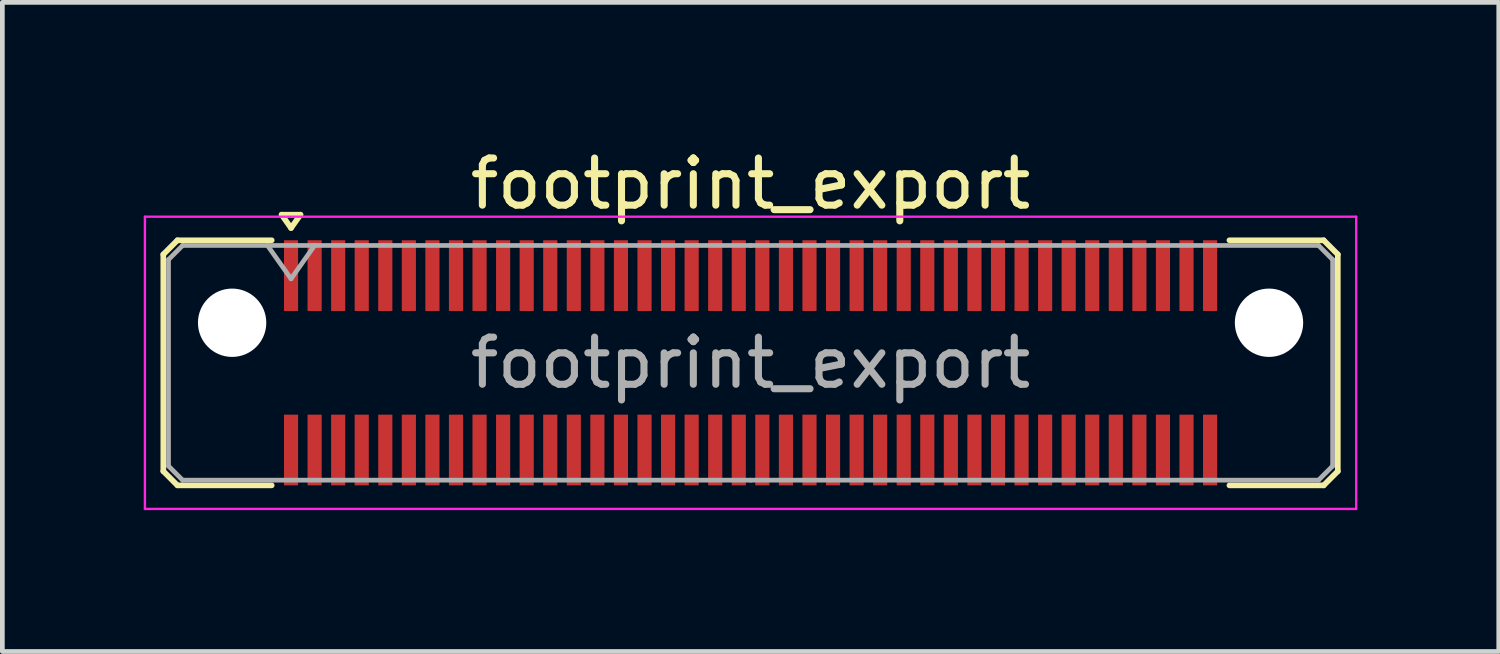
<source format=kicad_pcb>
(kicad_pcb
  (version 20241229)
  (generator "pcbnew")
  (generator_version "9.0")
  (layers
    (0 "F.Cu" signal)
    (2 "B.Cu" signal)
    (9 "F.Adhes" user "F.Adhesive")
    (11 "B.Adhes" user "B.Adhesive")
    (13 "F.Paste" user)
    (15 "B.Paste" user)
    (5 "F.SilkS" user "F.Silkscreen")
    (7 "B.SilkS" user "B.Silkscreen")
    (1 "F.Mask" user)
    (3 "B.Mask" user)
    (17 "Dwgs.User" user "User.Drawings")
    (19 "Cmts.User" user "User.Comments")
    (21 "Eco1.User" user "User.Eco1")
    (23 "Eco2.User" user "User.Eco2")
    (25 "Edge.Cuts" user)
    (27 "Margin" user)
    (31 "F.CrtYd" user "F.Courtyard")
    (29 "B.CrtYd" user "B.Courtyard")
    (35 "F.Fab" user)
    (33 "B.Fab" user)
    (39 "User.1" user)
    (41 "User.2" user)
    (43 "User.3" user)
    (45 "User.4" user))
  (footprint "footprint_export"
    (layer "F.Cu")
    (at 12.875 4.648)
    (property "Reference" "footprint_export" (at 0 -3.8 0) (layer "F.SilkS") (effects (font (size 1 1) (thickness 0.15))))
    (attr smd)
    (fp_line (start -12.46 -2.3) (end -12.46 2.3) (stroke (width 0.12) (type solid)) (layer "F.SilkS"))
    (fp_line (start -12.46 2.3) (end -12.16 2.6) (stroke (width 0.12) (type solid)) (layer "F.SilkS"))
    (fp_line (start -12.16 -2.6) (end -12.46 -2.3) (stroke (width 0.12) (type solid)) (layer "F.SilkS"))
    (fp_line (start -12.16 2.6) (end -10.16 2.6) (stroke (width 0.12) (type solid)) (layer "F.SilkS"))
    (fp_line (start -10.16 -2.6) (end -12.16 -2.6) (stroke (width 0.12) (type solid)) (layer "F.SilkS"))
    (fp_line (start -9.95 -3.143) (end -9.55 -3.143) (stroke (width 0.12) (type solid)) (layer "F.SilkS"))
    (fp_line (start -9.75 -2.86) (end -9.95 -3.143) (stroke (width 0.12) (type solid)) (layer "F.SilkS"))
    (fp_line (start -9.55 -3.143) (end -9.75 -2.86) (stroke (width 0.12) (type solid)) (layer "F.SilkS"))
    (fp_line (start 10.16 -2.6) (end 12.16 -2.6) (stroke (width 0.12) (type solid)) (layer "F.SilkS"))
    (fp_line (start 12.16 -2.6) (end 12.46 -2.3) (stroke (width 0.12) (type solid)) (layer "F.SilkS"))
    (fp_line (start 12.16 2.6) (end 10.16 2.6) (stroke (width 0.12) (type solid)) (layer "F.SilkS"))
    (fp_line (start 12.46 -2.3) (end 12.46 2.3) (stroke (width 0.12) (type solid)) (layer "F.SilkS"))
    (fp_line (start 12.46 2.3) (end 12.16 2.6) (stroke (width 0.12) (type solid)) (layer "F.SilkS"))
    (fp_line (start -12.85 -3.1) (end -12.85 3.1) (stroke (width 0.05) (type solid)) (layer "F.CrtYd"))
    (fp_line (start -12.85 3.1) (end 12.85 3.1) (stroke (width 0.05) (type solid)) (layer "F.CrtYd"))
    (fp_line (start 12.85 -3.1) (end -12.85 -3.1) (stroke (width 0.05) (type solid)) (layer "F.CrtYd"))
    (fp_line (start 12.85 3.1) (end 12.85 -3.1) (stroke (width 0.05) (type solid)) (layer "F.CrtYd"))
    (fp_line (start -12.35 -2.19) (end -12.35 2.19) (stroke (width 0.1) (type solid)) (layer "F.Fab"))
    (fp_line (start -12.35 2.19) (end -12.05 2.49) (stroke (width 0.1) (type solid)) (layer "F.Fab"))
    (fp_line (start -12.05 -2.49) (end -12.35 -2.19) (stroke (width 0.1) (type solid)) (layer "F.Fab"))
    (fp_line (start -12.05 2.49) (end 0 2.49) (stroke (width 0.1) (type solid)) (layer "F.Fab"))
    (fp_line (start -10.25 -2.49) (end -9.75 -1.783) (stroke (width 0.1) (type solid)) (layer "F.Fab"))
    (fp_line (start -9.75 -1.783) (end -9.25 -2.49) (stroke (width 0.1) (type solid)) (layer "F.Fab"))
    (fp_line (start 0 -2.49) (end -12.05 -2.49) (stroke (width 0.1) (type solid)) (layer "F.Fab"))
    (fp_line (start 0 -2.49) (end 12.05 -2.49) (stroke (width 0.1) (type solid)) (layer "F.Fab"))
    (fp_line (start 12.05 -2.49) (end 12.35 -2.19) (stroke (width 0.1) (type solid)) (layer "F.Fab"))
    (fp_line (start 12.05 2.49) (end 0 2.49) (stroke (width 0.1) (type solid)) (layer "F.Fab"))
    (fp_line (start 12.35 -2.19) (end 12.35 2.19) (stroke (width 0.1) (type solid)) (layer "F.Fab"))
    (fp_line (start 12.35 2.19) (end 12.05 2.49) (stroke (width 0.1) (type solid)) (layer "F.Fab"))
    (fp_text user "${REFERENCE}" (at 0 0 0) (layer "F.Fab") (effects (font (size 1 1) (thickness 0.15))))
    (pad "" np_thru_hole circle (at -11 -0.85) (size 1.45 1.45) (drill 1.45) (layers "*.Cu" "*.Mask"))
    (pad "" np_thru_hole circle (at 11 -0.85) (size 1.45 1.45) (drill 1.45) (layers "*.Cu" "*.Mask"))
    (pad "1" smd rect (at -9.75 -1.85) (size 0.3 1.5) (layers "F.Cu" "F.Mask" "F.Paste"))
    (pad "2" smd rect (at -9.75 1.85) (size 0.3 1.5) (layers "F.Cu" "F.Mask" "F.Paste"))
    (pad "3" smd rect (at -9.25 -1.85) (size 0.3 1.5) (layers "F.Cu" "F.Mask" "F.Paste"))
    (pad "4" smd rect (at -9.25 1.85) (size 0.3 1.5) (layers "F.Cu" "F.Mask" "F.Paste"))
    (pad "5" smd rect (at -8.75 -1.85) (size 0.3 1.5) (layers "F.Cu" "F.Mask" "F.Paste"))
    (pad "6" smd rect (at -8.75 1.85) (size 0.3 1.5) (layers "F.Cu" "F.Mask" "F.Paste"))
    (pad "7" smd rect (at -8.25 -1.85) (size 0.3 1.5) (layers "F.Cu" "F.Mask" "F.Paste"))
    (pad "8" smd rect (at -8.25 1.85) (size 0.3 1.5) (layers "F.Cu" "F.Mask" "F.Paste"))
    (pad "9" smd rect (at -7.75 -1.85) (size 0.3 1.5) (layers "F.Cu" "F.Mask" "F.Paste"))
    (pad "10" smd rect (at -7.75 1.85) (size 0.3 1.5) (layers "F.Cu" "F.Mask" "F.Paste"))
    (pad "11" smd rect (at -7.25 -1.85) (size 0.3 1.5) (layers "F.Cu" "F.Mask" "F.Paste"))
    (pad "12" smd rect (at -7.25 1.85) (size 0.3 1.5) (layers "F.Cu" "F.Mask" "F.Paste"))
    (pad "13" smd rect (at -6.75 -1.85) (size 0.3 1.5) (layers "F.Cu" "F.Mask" "F.Paste"))
    (pad "14" smd rect (at -6.75 1.85) (size 0.3 1.5) (layers "F.Cu" "F.Mask" "F.Paste"))
    (pad "15" smd rect (at -6.25 -1.85) (size 0.3 1.5) (layers "F.Cu" "F.Mask" "F.Paste"))
    (pad "16" smd rect (at -6.25 1.85) (size 0.3 1.5) (layers "F.Cu" "F.Mask" "F.Paste"))
    (pad "17" smd rect (at -5.75 -1.85) (size 0.3 1.5) (layers "F.Cu" "F.Mask" "F.Paste"))
    (pad "18" smd rect (at -5.75 1.85) (size 0.3 1.5) (layers "F.Cu" "F.Mask" "F.Paste"))
    (pad "19" smd rect (at -5.25 -1.85) (size 0.3 1.5) (layers "F.Cu" "F.Mask" "F.Paste"))
    (pad "20" smd rect (at -5.25 1.85) (size 0.3 1.5) (layers "F.Cu" "F.Mask" "F.Paste"))
    (pad "21" smd rect (at -4.75 -1.85) (size 0.3 1.5) (layers "F.Cu" "F.Mask" "F.Paste"))
    (pad "22" smd rect (at -4.75 1.85) (size 0.3 1.5) (layers "F.Cu" "F.Mask" "F.Paste"))
    (pad "23" smd rect (at -4.25 -1.85) (size 0.3 1.5) (layers "F.Cu" "F.Mask" "F.Paste"))
    (pad "24" smd rect (at -4.25 1.85) (size 0.3 1.5) (layers "F.Cu" "F.Mask" "F.Paste"))
    (pad "25" smd rect (at -3.75 -1.85) (size 0.3 1.5) (layers "F.Cu" "F.Mask" "F.Paste"))
    (pad "26" smd rect (at -3.75 1.85) (size 0.3 1.5) (layers "F.Cu" "F.Mask" "F.Paste"))
    (pad "27" smd rect (at -3.25 -1.85) (size 0.3 1.5) (layers "F.Cu" "F.Mask" "F.Paste"))
    (pad "28" smd rect (at -3.25 1.85) (size 0.3 1.5) (layers "F.Cu" "F.Mask" "F.Paste"))
    (pad "29" smd rect (at -2.75 -1.85) (size 0.3 1.5) (layers "F.Cu" "F.Mask" "F.Paste"))
    (pad "30" smd rect (at -2.75 1.85) (size 0.3 1.5) (layers "F.Cu" "F.Mask" "F.Paste"))
    (pad "31" smd rect (at -2.25 -1.85) (size 0.3 1.5) (layers "F.Cu" "F.Mask" "F.Paste"))
    (pad "32" smd rect (at -2.25 1.85) (size 0.3 1.5) (layers "F.Cu" "F.Mask" "F.Paste"))
    (pad "33" smd rect (at -1.75 -1.85) (size 0.3 1.5) (layers "F.Cu" "F.Mask" "F.Paste"))
    (pad "34" smd rect (at -1.75 1.85) (size 0.3 1.5) (layers "F.Cu" "F.Mask" "F.Paste"))
    (pad "35" smd rect (at -1.25 -1.85) (size 0.3 1.5) (layers "F.Cu" "F.Mask" "F.Paste"))
    (pad "36" smd rect (at -1.25 1.85) (size 0.3 1.5) (layers "F.Cu" "F.Mask" "F.Paste"))
    (pad "37" smd rect (at -0.75 -1.85) (size 0.3 1.5) (layers "F.Cu" "F.Mask" "F.Paste"))
    (pad "38" smd rect (at -0.75 1.85) (size 0.3 1.5) (layers "F.Cu" "F.Mask" "F.Paste"))
    (pad "39" smd rect (at -0.25 -1.85) (size 0.3 1.5) (layers "F.Cu" "F.Mask" "F.Paste"))
    (pad "40" smd rect (at -0.25 1.85) (size 0.3 1.5) (layers "F.Cu" "F.Mask" "F.Paste"))
    (pad "41" smd rect (at 0.25 -1.85) (size 0.3 1.5) (layers "F.Cu" "F.Mask" "F.Paste"))
    (pad "42" smd rect (at 0.25 1.85) (size 0.3 1.5) (layers "F.Cu" "F.Mask" "F.Paste"))
    (pad "43" smd rect (at 0.75 -1.85) (size 0.3 1.5) (layers "F.Cu" "F.Mask" "F.Paste"))
    (pad "44" smd rect (at 0.75 1.85) (size 0.3 1.5) (layers "F.Cu" "F.Mask" "F.Paste"))
    (pad "45" smd rect (at 1.25 -1.85) (size 0.3 1.5) (layers "F.Cu" "F.Mask" "F.Paste"))
    (pad "46" smd rect (at 1.25 1.85) (size 0.3 1.5) (layers "F.Cu" "F.Mask" "F.Paste"))
    (pad "47" smd rect (at 1.75 -1.85) (size 0.3 1.5) (layers "F.Cu" "F.Mask" "F.Paste"))
    (pad "48" smd rect (at 1.75 1.85) (size 0.3 1.5) (layers "F.Cu" "F.Mask" "F.Paste"))
    (pad "49" smd rect (at 2.25 -1.85) (size 0.3 1.5) (layers "F.Cu" "F.Mask" "F.Paste"))
    (pad "50" smd rect (at 2.25 1.85) (size 0.3 1.5) (layers "F.Cu" "F.Mask" "F.Paste"))
    (pad "51" smd rect (at 2.75 -1.85) (size 0.3 1.5) (layers "F.Cu" "F.Mask" "F.Paste"))
    (pad "52" smd rect (at 2.75 1.85) (size 0.3 1.5) (layers "F.Cu" "F.Mask" "F.Paste"))
    (pad "53" smd rect (at 3.25 -1.85) (size 0.3 1.5) (layers "F.Cu" "F.Mask" "F.Paste"))
    (pad "54" smd rect (at 3.25 1.85) (size 0.3 1.5) (layers "F.Cu" "F.Mask" "F.Paste"))
    (pad "55" smd rect (at 3.75 -1.85) (size 0.3 1.5) (layers "F.Cu" "F.Mask" "F.Paste"))
    (pad "56" smd rect (at 3.75 1.85) (size 0.3 1.5) (layers "F.Cu" "F.Mask" "F.Paste"))
    (pad "57" smd rect (at 4.25 -1.85) (size 0.3 1.5) (layers "F.Cu" "F.Mask" "F.Paste"))
    (pad "58" smd rect (at 4.25 1.85) (size 0.3 1.5) (layers "F.Cu" "F.Mask" "F.Paste"))
    (pad "59" smd rect (at 4.75 -1.85) (size 0.3 1.5) (layers "F.Cu" "F.Mask" "F.Paste"))
    (pad "60" smd rect (at 4.75 1.85) (size 0.3 1.5) (layers "F.Cu" "F.Mask" "F.Paste"))
    (pad "61" smd rect (at 5.25 -1.85) (size 0.3 1.5) (layers "F.Cu" "F.Mask" "F.Paste"))
    (pad "62" smd rect (at 5.25 1.85) (size 0.3 1.5) (layers "F.Cu" "F.Mask" "F.Paste"))
    (pad "63" smd rect (at 5.75 -1.85) (size 0.3 1.5) (layers "F.Cu" "F.Mask" "F.Paste"))
    (pad "64" smd rect (at 5.75 1.85) (size 0.3 1.5) (layers "F.Cu" "F.Mask" "F.Paste"))
    (pad "65" smd rect (at 6.25 -1.85) (size 0.3 1.5) (layers "F.Cu" "F.Mask" "F.Paste"))
    (pad "66" smd rect (at 6.25 1.85) (size 0.3 1.5) (layers "F.Cu" "F.Mask" "F.Paste"))
    (pad "67" smd rect (at 6.75 -1.85) (size 0.3 1.5) (layers "F.Cu" "F.Mask" "F.Paste"))
    (pad "68" smd rect (at 6.75 1.85) (size 0.3 1.5) (layers "F.Cu" "F.Mask" "F.Paste"))
    (pad "69" smd rect (at 7.25 -1.85) (size 0.3 1.5) (layers "F.Cu" "F.Mask" "F.Paste"))
    (pad "70" smd rect (at 7.25 1.85) (size 0.3 1.5) (layers "F.Cu" "F.Mask" "F.Paste"))
    (pad "71" smd rect (at 7.75 -1.85) (size 0.3 1.5) (layers "F.Cu" "F.Mask" "F.Paste"))
    (pad "72" smd rect (at 7.75 1.85) (size 0.3 1.5) (layers "F.Cu" "F.Mask" "F.Paste"))
    (pad "73" smd rect (at 8.25 -1.85) (size 0.3 1.5) (layers "F.Cu" "F.Mask" "F.Paste"))
    (pad "74" smd rect (at 8.25 1.85) (size 0.3 1.5) (layers "F.Cu" "F.Mask" "F.Paste"))
    (pad "75" smd rect (at 8.75 -1.85) (size 0.3 1.5) (layers "F.Cu" "F.Mask" "F.Paste"))
    (pad "76" smd rect (at 8.75 1.85) (size 0.3 1.5) (layers "F.Cu" "F.Mask" "F.Paste"))
    (pad "77" smd rect (at 9.25 -1.85) (size 0.3 1.5) (layers "F.Cu" "F.Mask" "F.Paste"))
    (pad "78" smd rect (at 9.25 1.85) (size 0.3 1.5) (layers "F.Cu" "F.Mask" "F.Paste"))
    (pad "79" smd rect (at 9.75 -1.85) (size 0.3 1.5) (layers "F.Cu" "F.Mask" "F.Paste"))
    (pad "80" smd rect (at 9.75 1.85) (size 0.3 1.5) (layers "F.Cu" "F.Mask" "F.Paste")))
  (gr_rect
    (start -3 -3)
    (end 28.75 10.773)
    (stroke (width 0.1) (type default))
    (fill no)
    (layer "Edge.Cuts")))
</source>
